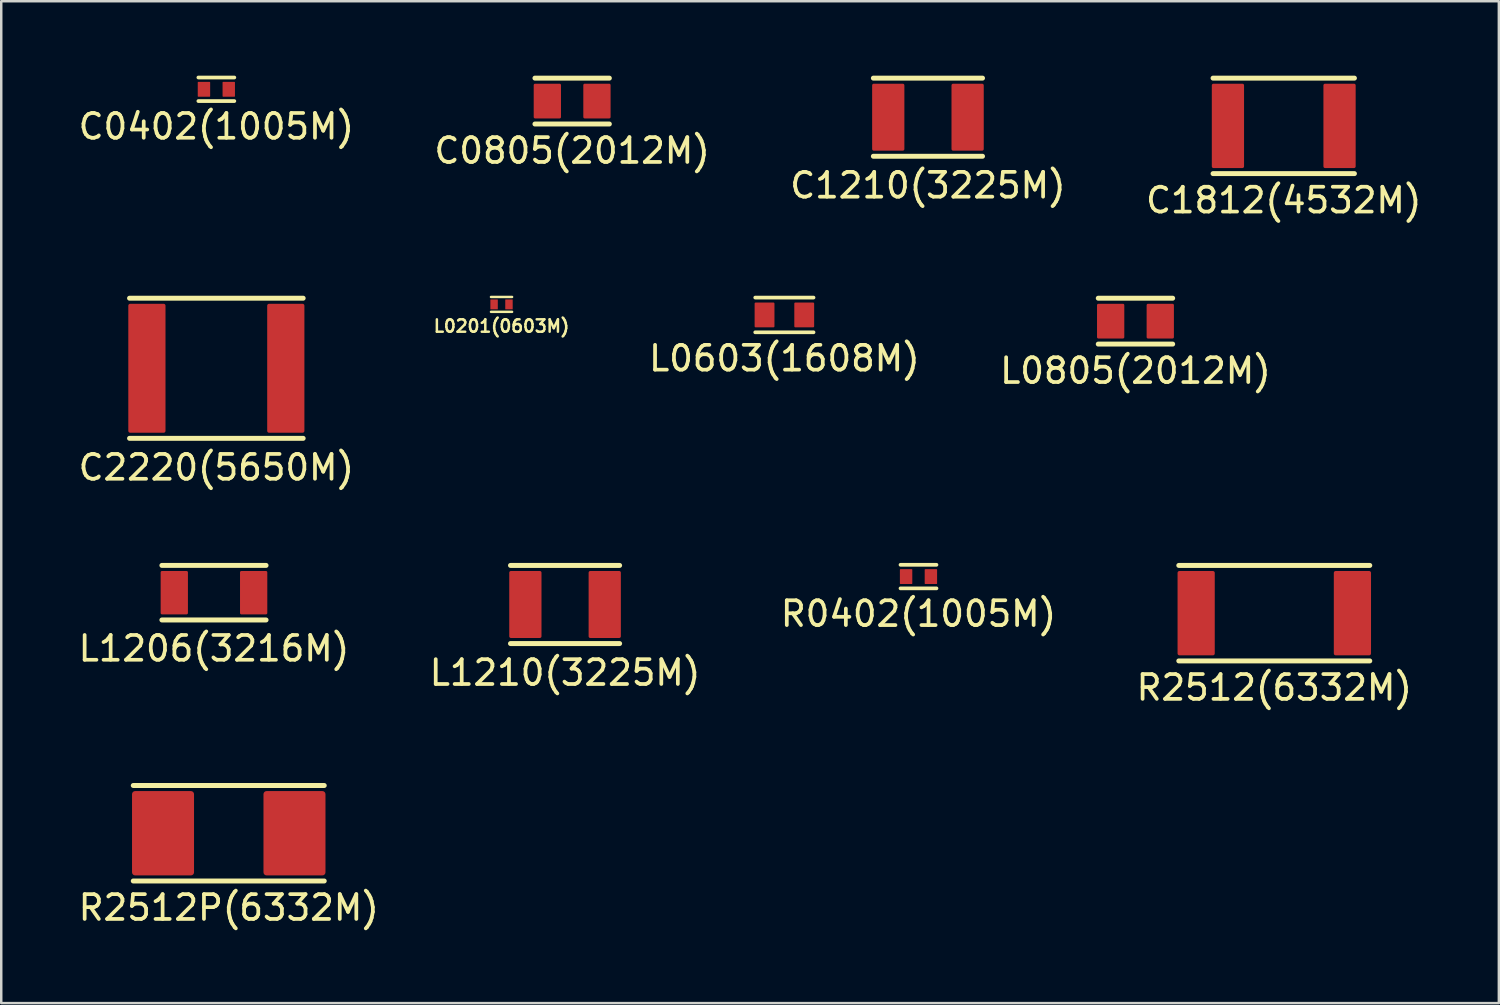
<source format=kicad_pcb>
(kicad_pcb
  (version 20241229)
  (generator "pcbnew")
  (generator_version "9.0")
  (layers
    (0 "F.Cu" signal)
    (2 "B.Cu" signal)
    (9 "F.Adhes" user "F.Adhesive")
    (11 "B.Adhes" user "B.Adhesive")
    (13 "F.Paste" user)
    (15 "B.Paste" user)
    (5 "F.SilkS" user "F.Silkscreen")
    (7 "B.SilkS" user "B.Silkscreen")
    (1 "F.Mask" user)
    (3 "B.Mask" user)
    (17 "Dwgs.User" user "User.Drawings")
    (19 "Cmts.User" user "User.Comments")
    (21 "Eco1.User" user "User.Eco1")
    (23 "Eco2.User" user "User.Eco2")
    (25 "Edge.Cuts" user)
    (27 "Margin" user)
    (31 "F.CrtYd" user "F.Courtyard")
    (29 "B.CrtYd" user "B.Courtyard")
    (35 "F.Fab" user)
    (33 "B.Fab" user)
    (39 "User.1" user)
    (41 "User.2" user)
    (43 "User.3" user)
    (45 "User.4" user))
  (footprint "C0402(1005M)"
    (layer "F.Cu")
    (at 5.673 0.55)
    (property "Reference" "C0402(1005M)" (at 0 1.5 0) (layer "F.SilkS") (effects (font (size 1 1) (thickness 0.15))))
    (attr smd)
    (fp_line (start -0.725 -0.475) (end 0.725 -0.475) (stroke (width 0.15) (type solid)) (layer "F.SilkS"))
    (fp_line (start -0.725 0.475) (end 0.725 0.475) (stroke (width 0.15) (type solid)) (layer "F.SilkS"))
    (pad "1" smd roundrect (at -0.5 0 90) (size 0.6 0.5) (layers "F.Cu" "F.Mask" "F.Paste") (roundrect_rratio 0.05))
    (pad "2" smd roundrect (at 0.5 0 90) (size 0.6 0.5) (layers "F.Cu" "F.Mask" "F.Paste") (roundrect_rratio 0.05)))
  (footprint "C2220(5650M)"
    (layer "F.Cu")
    (at 5.673 11.798)
    (property "Reference" "C2220(5650M)" (at 0 4 0) (layer "F.SilkS") (effects (font (size 1 1) (thickness 0.15))))
    (attr smd)
    (fp_line (start -3.5 -2.825) (end 3.5 -2.825) (stroke (width 0.2) (type solid)) (layer "F.SilkS"))
    (fp_line (start -3.5 2.825) (end 3.5 2.825) (stroke (width 0.2) (type solid)) (layer "F.SilkS"))
    (pad "1" smd roundrect (at -2.8 0 90) (size 5.2 1.5) (layers "F.Cu" "F.Mask" "F.Paste") (roundrect_rratio 0.05))
    (pad "2" smd roundrect (at 2.8 0 90) (size 5.2 1.5) (layers "F.Cu" "F.Mask" "F.Paste") (roundrect_rratio 0.05)))
  (footprint "L0603(1608M)"
    (layer "F.Cu")
    (at 28.575 9.648)
    (property "Reference" "L0603(1608M)" (at 0 1.75 0) (layer "F.SilkS") (effects (font (size 1 1) (thickness 0.15))))
    (attr smd)
    (fp_line (start -1.175 -0.7) (end 1.175 -0.7) (stroke (width 0.15) (type solid)) (layer "F.SilkS"))
    (fp_line (start -1.175 0.7) (end 1.175 0.7) (stroke (width 0.15) (type solid)) (layer "F.SilkS"))
    (pad "1" smd roundrect (at -0.8 0 90) (size 1 0.8) (layers "F.Cu" "F.Mask" "F.Paste") (roundrect_rratio 0.05))
    (pad "2" smd roundrect (at 0.8 0 90) (size 1 0.8) (layers "F.Cu" "F.Mask" "F.Paste") (roundrect_rratio 0.05)))
  (footprint "R0402(1005M)"
    (layer "F.Cu")
    (at 33.982 20.197)
    (property "Reference" "R0402(1005M)" (at 0 1.5 0) (layer "F.SilkS") (effects (font (size 1 1) (thickness 0.15))))
    (attr smd)
    (fp_line (start -0.725 -0.475) (end 0.725 -0.475) (stroke (width 0.15) (type solid)) (layer "F.SilkS"))
    (fp_line (start -0.725 0.475) (end 0.725 0.475) (stroke (width 0.15) (type solid)) (layer "F.SilkS"))
    (pad "1" smd roundrect (at -0.5 0 90) (size 0.6 0.5) (layers "F.Cu" "F.Mask" "F.Paste") (roundrect_rratio 0.05))
    (pad "2" smd roundrect (at 0.5 0 90) (size 0.6 0.5) (layers "F.Cu" "F.Mask" "F.Paste") (roundrect_rratio 0.05)))
  (footprint "L1210(3225M)"
    (layer "F.Cu")
    (at 19.732 21.322)
    (property "Reference" "L1210(3225M)" (at 0 2.75 0) (layer "F.SilkS") (effects (font (size 1 1) (thickness 0.15))))
    (attr smd)
    (fp_line (start -2.2 -1.575) (end 2.2 -1.575) (stroke (width 0.2) (type solid)) (layer "F.SilkS"))
    (fp_line (start -2.2 1.575) (end 2.2 1.575) (stroke (width 0.2) (type solid)) (layer "F.SilkS"))
    (pad "1" smd roundrect (at -1.6 0 90) (size 2.7 1.3) (layers "F.Cu" "F.Mask" "F.Paste") (roundrect_rratio 0.05))
    (pad "2" smd roundrect (at 1.6 0 90) (size 2.7 1.3) (layers "F.Cu" "F.Mask" "F.Paste") (roundrect_rratio 0.05)))
  (footprint "L1206(3216M)"
    (layer "F.Cu")
    (at 5.577 20.846)
    (property "Reference" "L1206(3216M)" (at 0 2.25 0) (layer "F.SilkS") (effects (font (size 1 1) (thickness 0.15))))
    (attr smd)
    (fp_line (start -2.1 -1.1) (end 2.1 -1.1) (stroke (width 0.2) (type solid)) (layer "F.SilkS"))
    (fp_line (start -2.1 1.1) (end 2.1 1.1) (stroke (width 0.2) (type solid)) (layer "F.SilkS"))
    (pad "1" smd roundrect (at -1.6 0 90) (size 1.75 1.1) (layers "F.Cu" "F.Mask" "F.Paste") (roundrect_rratio 0.05))
    (pad "2" smd roundrect (at 1.6 0 90) (size 1.75 1.1) (layers "F.Cu" "F.Mask" "F.Paste") (roundrect_rratio 0.05)))
  (footprint "R2512(6332M)"
    (layer "F.Cu")
    (at 48.327 21.672)
    (property "Reference" "R2512(6332M)" (at 0 3 0) (layer "F.SilkS") (effects (font (size 1 1) (thickness 0.15))))
    (attr smd)
    (fp_line (start -3.85 -1.925) (end 3.85 -1.925) (stroke (width 0.2) (type solid)) (layer "F.SilkS"))
    (fp_line (start -3.85 1.925) (end 3.85 1.925) (stroke (width 0.2) (type solid)) (layer "F.SilkS"))
    (pad "1" smd roundrect (at -3.15 0 90) (size 3.4 1.5) (layers "F.Cu" "F.Mask" "F.Paste") (roundrect_rratio 0.05))
    (pad "2" smd roundrect (at 3.15 0 90) (size 3.4 1.5) (layers "F.Cu" "F.Mask" "F.Paste") (roundrect_rratio 0.05)))
  (footprint "C1210(3225M)"
    (layer "F.Cu")
    (at 34.363 1.675)
    (property "Reference" "C1210(3225M)" (at 0 2.75 0) (layer "F.SilkS") (effects (font (size 1 1) (thickness 0.15))))
    (attr smd)
    (fp_line (start -2.2 -1.575) (end 2.2 -1.575) (stroke (width 0.2) (type solid)) (layer "F.SilkS"))
    (fp_line (start -2.2 1.575) (end 2.2 1.575) (stroke (width 0.2) (type solid)) (layer "F.SilkS"))
    (pad "1" smd roundrect (at -1.6 0 90) (size 2.7 1.3) (layers "F.Cu" "F.Mask" "F.Paste") (roundrect_rratio 0.05))
    (pad "2" smd roundrect (at 1.6 0 90) (size 2.7 1.3) (layers "F.Cu" "F.Mask" "F.Paste") (roundrect_rratio 0.05)))
  (footprint "R2512P(6332M)"
    (layer "F.Cu")
    (at 6.173 30.545)
    (property "Reference" "R2512P(6332M)" (at 0 3 0) (layer "F.SilkS") (effects (font (size 1 1) (thickness 0.15))))
    (attr smd)
    (fp_line (start -3.85 -1.925) (end 3.85 -1.925) (stroke (width 0.2) (type solid)) (layer "F.SilkS"))
    (fp_line (start -3.85 1.925) (end 3.85 1.925) (stroke (width 0.2) (type solid)) (layer "F.SilkS"))
    (pad "1" smd roundrect (at -2.65 0 90) (size 3.4 2.5) (layers "F.Cu" "F.Mask" "F.Paste") (roundrect_rratio 0.05))
    (pad "2" smd roundrect (at 2.65 0 90) (size 3.4 2.5) (layers "F.Cu" "F.Mask" "F.Paste") (roundrect_rratio 0.05)))
  (footprint "L0805(2012M)"
    (layer "F.Cu")
    (at 42.73 9.898)
    (property "Reference" "L0805(2012M)" (at 0 2 0) (layer "F.SilkS") (effects (font (size 1 1) (thickness 0.15))))
    (attr smd)
    (fp_line (start -1.5 -0.925) (end 1.5 -0.925) (stroke (width 0.2) (type solid)) (layer "F.SilkS"))
    (fp_line (start -1.5 0.925) (end 1.5 0.925) (stroke (width 0.2) (type solid)) (layer "F.SilkS"))
    (pad "1" smd roundrect (at -1 0 90) (size 1.4 1.1) (layers "F.Cu" "F.Mask" "F.Paste") (roundrect_rratio 0.05))
    (pad "2" smd roundrect (at 1 0 90) (size 1.4 1.1) (layers "F.Cu" "F.Mask" "F.Paste") (roundrect_rratio 0.05)))
  (footprint "C1812(4532M)"
    (layer "F.Cu")
    (at 48.708 2.025)
    (property "Reference" "C1812(4532M)" (at 0 3 0) (layer "F.SilkS") (effects (font (size 1 1) (thickness 0.15))))
    (attr smd)
    (fp_line (start -2.85 -1.925) (end 2.85 -1.925) (stroke (width 0.2) (type solid)) (layer "F.SilkS"))
    (fp_line (start -2.85 1.925) (end 2.85 1.925) (stroke (width 0.2) (type solid)) (layer "F.SilkS"))
    (pad "1" smd roundrect (at -2.25 0 90) (size 3.4 1.3) (layers "F.Cu" "F.Mask" "F.Paste") (roundrect_rratio 0.05))
    (pad "2" smd roundrect (at 2.25 0 90) (size 3.4 1.3) (layers "F.Cu" "F.Mask" "F.Paste") (roundrect_rratio 0.05)))
  (footprint "C0805(2012M)"
    (layer "F.Cu")
    (at 20.018 1.025)
    (property "Reference" "C0805(2012M)" (at 0 2 0) (layer "F.SilkS") (effects (font (size 1 1) (thickness 0.15))))
    (attr smd)
    (fp_line (start -1.5 -0.925) (end 1.5 -0.925) (stroke (width 0.2) (type solid)) (layer "F.SilkS"))
    (fp_line (start -1.5 0.925) (end 1.5 0.925) (stroke (width 0.2) (type solid)) (layer "F.SilkS"))
    (pad "1" smd roundrect (at -1 0 90) (size 1.4 1.1) (layers "F.Cu" "F.Mask" "F.Paste") (roundrect_rratio 0.05))
    (pad "2" smd roundrect (at 1 0 90) (size 1.4 1.1) (layers "F.Cu" "F.Mask" "F.Paste") (roundrect_rratio 0.05)))
  (footprint "L0201(0603M)"
    (layer "F.Cu")
    (at 17.171 9.223)
    (property "Reference" "L0201(0603M)" (at 0 0.875 0) (layer "F.SilkS") (effects (font (size 0.5 0.5) (thickness 0.1))))
    (attr smd)
    (fp_line (start -0.425 -0.3) (end 0.425 -0.3) (stroke (width 0.1) (type solid)) (layer "F.SilkS"))
    (fp_line (start -0.425 0.3) (end 0.425 0.3) (stroke (width 0.1) (type solid)) (layer "F.SilkS"))
    (pad "1" smd roundrect (at -0.3 0 90) (size 0.4 0.3) (layers "F.Cu" "F.Mask" "F.Paste") (roundrect_rratio 0.05))
    (pad "2" smd roundrect (at 0.3 0 90) (size 0.4 0.3) (layers "F.Cu" "F.Mask" "F.Paste") (roundrect_rratio 0.05)))
  (gr_rect
    (start -3 -3)
    (end 57.381 37.393)
    (stroke (width 0.1) (type default))
    (fill no)
    (layer "Edge.Cuts")))
</source>
